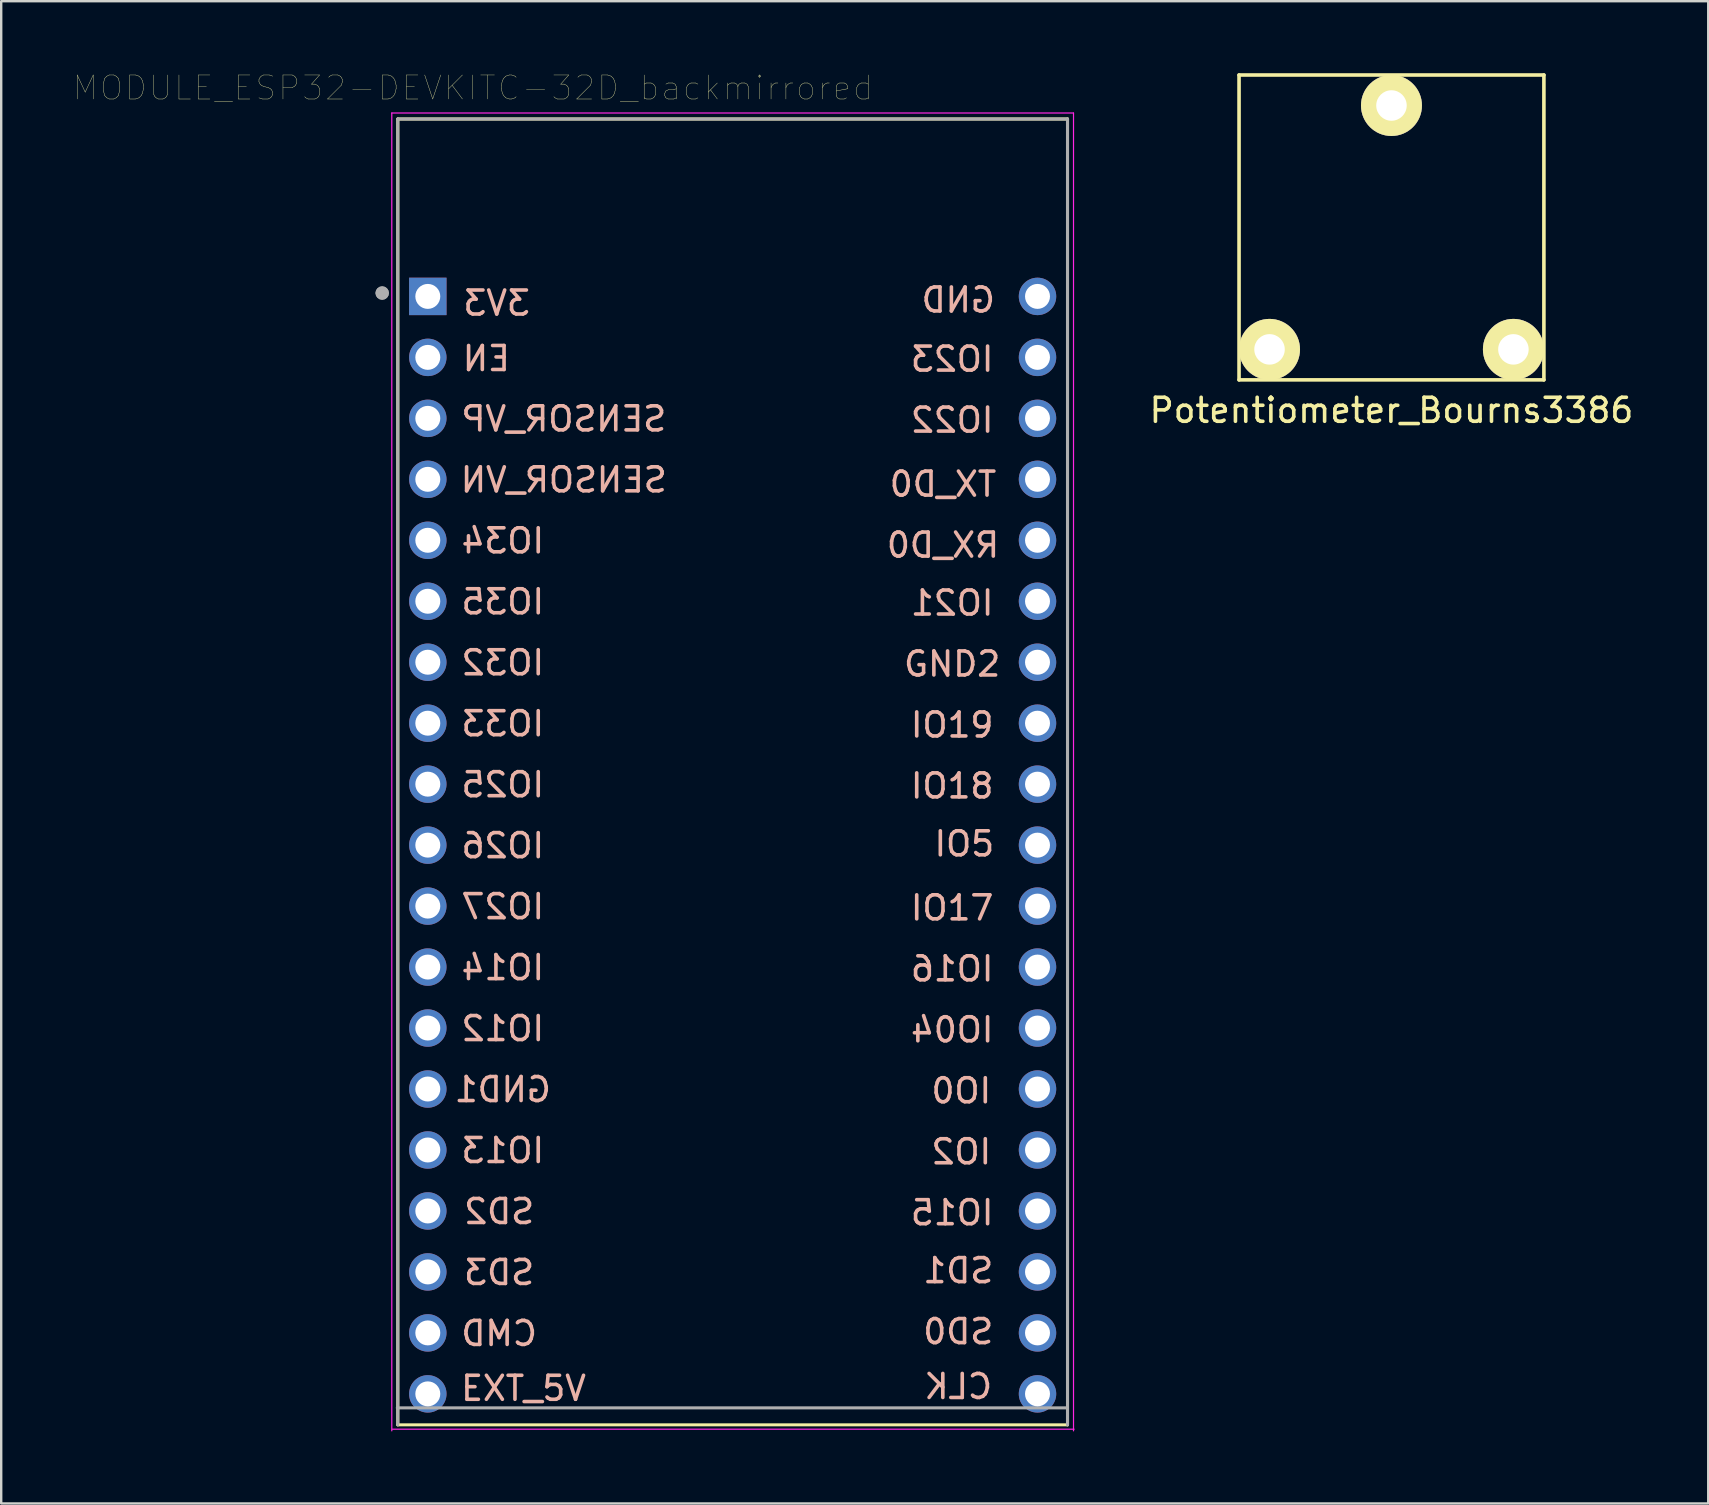
<source format=kicad_pcb>
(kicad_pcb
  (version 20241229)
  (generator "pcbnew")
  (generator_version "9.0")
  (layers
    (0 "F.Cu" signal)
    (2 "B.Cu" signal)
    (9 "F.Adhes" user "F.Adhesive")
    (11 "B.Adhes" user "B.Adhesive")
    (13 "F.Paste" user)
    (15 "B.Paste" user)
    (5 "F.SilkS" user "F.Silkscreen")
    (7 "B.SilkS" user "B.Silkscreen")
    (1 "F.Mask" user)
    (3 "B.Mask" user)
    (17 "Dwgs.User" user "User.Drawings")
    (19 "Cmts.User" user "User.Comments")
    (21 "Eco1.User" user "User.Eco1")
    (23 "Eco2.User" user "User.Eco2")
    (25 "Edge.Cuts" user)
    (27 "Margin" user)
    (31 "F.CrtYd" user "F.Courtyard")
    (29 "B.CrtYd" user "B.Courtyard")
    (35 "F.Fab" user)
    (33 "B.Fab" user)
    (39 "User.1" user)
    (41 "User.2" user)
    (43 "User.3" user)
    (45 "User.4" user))
  (footprint "Potentiometer_Bourns3386"
    (layer "F.Cu")
    (at 54.918 11.505)
    (property "Reference" "Potentiometer_Bourns3386" (at 0 2.54 0) (layer "F.SilkS") (effects (font (size 1 1) (thickness 0.15))))
    (attr through_hole)
    (fp_line (start -6.35 -11.43) (end 6.35 -11.43) (stroke (width 0.15) (type solid)) (layer "F.SilkS"))
    (fp_line (start -6.35 1.27) (end -6.35 -11.43) (stroke (width 0.15) (type solid)) (layer "F.SilkS"))
    (fp_line (start 6.35 -11.43) (end 6.35 1.27) (stroke (width 0.15) (type solid)) (layer "F.SilkS"))
    (fp_line (start 6.35 1.27) (end -6.35 1.27) (stroke (width 0.15) (type solid)) (layer "F.SilkS"))
    (pad "1" thru_hole circle (at 5.08 0) (size 2.54 2.54) (drill 1.27) (layers "*.Cu" "*.Mask" "F.SilkS"))
    (pad "2" thru_hole circle (at -5.08 0) (size 2.54 2.54) (drill 1.27) (layers "*.Cu" "*.Mask" "F.SilkS"))
    (pad "3" thru_hole circle (at 0 -10.16) (size 2.54 2.54) (drill 1.27) (layers "*.Cu" "*.Mask" "F.SilkS")))
  (footprint "MODULE_ESP32-DEVKITC-32D_backmirrored"
    (layer "F.Cu")
    (at 27.472 29.058)
    (property "Reference" "MODULE_ESP32-DEVKITC-32D_backmirrored" (at -10.829 -28.446 0) (layer "F.SilkS") (effects (font (size 1 1) (thickness 0.015))))
    (attr through_hole)
    (fp_line (start -13.95 -27.15) (end 13.95 -27.15) (stroke (width 0.127) (type solid)) (layer "F.SilkS"))
    (fp_line (start -13.95 27.25) (end -13.95 -27.15) (stroke (width 0.127) (type solid)) (layer "F.SilkS"))
    (fp_line (start 13.95 -27.15) (end 13.95 27.25) (stroke (width 0.127) (type solid)) (layer "F.SilkS"))
    (fp_line (start 13.95 27.25) (end -13.95 27.25) (stroke (width 0.127) (type solid)) (layer "F.SilkS"))
    (fp_line (start -14.2 -27.4) (end 14.2 -27.4) (stroke (width 0.05) (type solid)) (layer "F.CrtYd"))
    (fp_line (start -14.2 27.5) (end -14.2 -27.4) (stroke (width 0.05) (type solid)) (layer "F.CrtYd"))
    (fp_line (start 14.2 -27.4) (end 14.2 27.5) (stroke (width 0.05) (type solid)) (layer "F.CrtYd"))
    (fp_line (start 14.224 27.432) (end -14.176 27.432) (stroke (width 0.05) (type solid)) (layer "F.CrtYd"))
    (fp_line (start -13.95 -27.15) (end 13.95 -27.15) (stroke (width 0.127) (type solid)) (layer "F.Fab"))
    (fp_line (start -13.95 27.25) (end -13.95 -27.15) (stroke (width 0.127) (type solid)) (layer "F.Fab"))
    (fp_line (start 13.93 26.543) (end -13.97 26.543) (stroke (width 0.127) (type solid)) (layer "F.Fab"))
    (fp_line (start 13.95 -27.15) (end 13.95 27.25) (stroke (width 0.127) (type solid)) (layer "F.Fab"))
    (fp_circle (center -14.6 -19.9) (end -14.46 -19.9) (stroke (width 0.28) (type solid)) (fill no) (layer "F.Fab"))
    (fp_circle (center -14.6 -19.9) (end -14.46 -19.9) (stroke (width 0.28) (type solid)) (fill no) (layer "F.Fab"))
    (fp_text user "IO21" (at 9.144 -6.985 0) (layer "B.SilkS") (effects (font (size 1 1) (thickness 0.15)) (justify mirror)))
    (fp_text user "IO26" (at -9.576 3.124 0) (layer "B.SilkS") (effects (font (size 1 1) (thickness 0.15)) (justify mirror)))
    (fp_text user "GND1" (at -9.576 13.284 0) (layer "B.SilkS") (effects (font (size 1 1) (thickness 0.15)) (justify mirror)))
    (fp_text user "IO16" (at 9.144 8.255 0) (layer "B.SilkS") (effects (font (size 1 1) (thickness 0.15)) (justify mirror)))
    (fp_text user "SD0" (at 9.398 23.368 0) (layer "B.SilkS") (effects (font (size 1 1) (thickness 0.15)) (justify mirror)))
    (fp_text user "SENSOR_VN" (at -7.036 -12.116 0) (layer "B.SilkS") (effects (font (size 1 1) (thickness 0.15)) (justify mirror)))
    (fp_text user "3V3" (at -9.83 -19.482 0) (layer "B.SilkS") (effects (font (size 1 1) (thickness 0.15)) (justify mirror)))
    (fp_text user "IO33" (at -9.576 -1.956 0) (layer "B.SilkS") (effects (font (size 1 1) (thickness 0.15)) (justify mirror)))
    (fp_text user "IO13" (at -9.576 15.824 0) (layer "B.SilkS") (effects (font (size 1 1) (thickness 0.15)) (justify mirror)))
    (fp_text user "SD3" (at -9.728 20.904 0) (layer "B.SilkS") (effects (font (size 1 1) (thickness 0.15)) (justify mirror)))
    (fp_text user "IO0" (at 9.525 13.335 0) (layer "B.SilkS") (effects (font (size 1 1) (thickness 0.15)) (justify mirror)))
    (fp_text user "IO23" (at 9.144 -17.145 0) (layer "B.SilkS") (effects (font (size 1 1) (thickness 0.15)) (justify mirror)))
    (fp_text user "TX_D0" (at 8.763 -11.938 0) (layer "B.SilkS") (effects (font (size 1 1) (thickness 0.15)) (justify mirror)))
    (fp_text user "IO15" (at 9.144 18.415 0) (layer "B.SilkS") (effects (font (size 1 1) (thickness 0.15)) (justify mirror)))
    (fp_text user "IO32" (at -9.576 -4.496 0) (layer "B.SilkS") (effects (font (size 1 1) (thickness 0.15)) (justify mirror)))
    (fp_text user "IO22" (at 9.144 -14.605 0) (layer "B.SilkS") (effects (font (size 1 1) (thickness 0.15)) (justify mirror)))
    (fp_text user "GND2" (at 9.144 -4.445 0) (layer "B.SilkS") (effects (font (size 1 1) (thickness 0.15))))
    (fp_text user "IO18" (at 9.144 0.635 0) (layer "B.SilkS") (effects (font (size 1 1) (thickness 0.15))))
    (fp_text user "IO2" (at 9.525 15.875 0) (layer "B.SilkS") (effects (font (size 1 1) (thickness 0.15)) (justify mirror)))
    (fp_text user "RX_D0" (at 8.763 -9.398 0) (layer "B.SilkS") (effects (font (size 1 1) (thickness 0.15)) (justify mirror)))
    (fp_text user "SD1" (at 9.398 20.828 0) (layer "B.SilkS") (effects (font (size 1 1) (thickness 0.15)) (justify mirror)))
    (fp_text user "CMD" (at -9.728 23.444 0) (layer "B.SilkS") (effects (font (size 1 1) (thickness 0.15)) (justify mirror)))
    (fp_text user "GND" (at 9.398 -19.609 0) (layer "B.SilkS") (effects (font (size 1 1) (thickness 0.15)) (justify mirror)))
    (fp_text user "IO14" (at -9.576 8.204 0) (layer "B.SilkS") (effects (font (size 1 1) (thickness 0.15)) (justify mirror)))
    (fp_text user "IO12" (at -9.576 10.744 0) (layer "B.SilkS") (effects (font (size 1 1) (thickness 0.15)) (justify mirror)))
    (fp_text user "IO17" (at 9.144 5.715 0) (layer "B.SilkS") (effects (font (size 1 1) (thickness 0.15))))
    (fp_text user "EN" (at -10.262 -17.17 0) (layer "B.SilkS") (effects (font (size 1 1) (thickness 0.15)) (justify mirror)))
    (fp_text user "IO35" (at -9.576 -7.036 0) (layer "B.SilkS") (effects (font (size 1 1) (thickness 0.15)) (justify mirror)))
    (fp_text user "EXT_5V" (at -8.712 25.73 0) (layer "B.SilkS") (effects (font (size 1 1) (thickness 0.15))))
    (fp_text user "SD2" (at -9.728 18.364 0) (layer "B.SilkS") (effects (font (size 1 1) (thickness 0.15)) (justify mirror)))
    (fp_text user "IO27" (at -9.576 5.664 0) (layer "B.SilkS") (effects (font (size 1 1) (thickness 0.15)) (justify mirror)))
    (fp_text user "IO34" (at -9.576 -9.576 0) (layer "B.SilkS") (effects (font (size 1 1) (thickness 0.15)) (justify mirror)))
    (fp_text user "IO5" (at 9.652 3.048 0) (layer "B.SilkS") (effects (font (size 1 1) (thickness 0.15))))
    (fp_text user "CLK" (at 9.398 25.654 0) (layer "B.SilkS") (effects (font (size 1 1) (thickness 0.15)) (justify mirror)))
    (fp_text user "SENSOR_VP" (at -7.036 -14.656 0) (layer "B.SilkS") (effects (font (size 1 1) (thickness 0.15)) (justify mirror)))
    (fp_text user "IO19" (at 9.144 -1.905 0) (layer "B.SilkS") (effects (font (size 1 1) (thickness 0.15))))
    (fp_text user "IO04" (at 9.144 10.795 0) (layer "B.SilkS") (effects (font (size 1 1) (thickness 0.15)) (justify mirror)))
    (fp_text user "IO25" (at -9.576 0.584 0) (layer "B.SilkS") (effects (font (size 1 1) (thickness 0.15)) (justify mirror)))
    (pad "1" thru_hole rect (at -12.7 -19.76) (size 1.56 1.56) (drill 1.04) (layers "*.Cu" "*.Mask"))
    (pad "2" thru_hole circle (at -12.7 -17.22) (size 1.56 1.56) (drill 1.04) (layers "*.Cu" "*.Mask"))
    (pad "3" thru_hole circle (at -12.7 -14.68) (size 1.56 1.56) (drill 1.04) (layers "*.Cu" "*.Mask"))
    (pad "4" thru_hole circle (at -12.7 -12.14) (size 1.56 1.56) (drill 1.04) (layers "*.Cu" "*.Mask"))
    (pad "5" thru_hole circle (at -12.7 -9.6) (size 1.56 1.56) (drill 1.04) (layers "*.Cu" "*.Mask"))
    (pad "6" thru_hole circle (at -12.7 -7.06) (size 1.56 1.56) (drill 1.04) (layers "*.Cu" "*.Mask"))
    (pad "7" thru_hole circle (at -12.7 -4.52) (size 1.56 1.56) (drill 1.04) (layers "*.Cu" "*.Mask"))
    (pad "8" thru_hole circle (at -12.7 -1.98) (size 1.56 1.56) (drill 1.04) (layers "*.Cu" "*.Mask"))
    (pad "9" thru_hole circle (at -12.7 0.56) (size 1.56 1.56) (drill 1.04) (layers "*.Cu" "*.Mask"))
    (pad "10" thru_hole circle (at -12.7 3.1) (size 1.56 1.56) (drill 1.04) (layers "*.Cu" "*.Mask"))
    (pad "11" thru_hole circle (at -12.7 5.64) (size 1.56 1.56) (drill 1.04) (layers "*.Cu" "*.Mask"))
    (pad "12" thru_hole circle (at -12.7 8.18) (size 1.56 1.56) (drill 1.04) (layers "*.Cu" "*.Mask"))
    (pad "13" thru_hole circle (at -12.7 10.72) (size 1.56 1.56) (drill 1.04) (layers "*.Cu" "*.Mask"))
    (pad "14" thru_hole circle (at -12.7 13.26) (size 1.56 1.56) (drill 1.04) (layers "*.Cu" "*.Mask"))
    (pad "15" thru_hole circle (at -12.7 15.8) (size 1.56 1.56) (drill 1.04) (layers "*.Cu" "*.Mask"))
    (pad "16" thru_hole circle (at -12.7 18.34) (size 1.56 1.56) (drill 1.04) (layers "*.Cu" "*.Mask"))
    (pad "17" thru_hole circle (at -12.7 20.88) (size 1.56 1.56) (drill 1.04) (layers "*.Cu" "*.Mask"))
    (pad "18" thru_hole circle (at -12.7 23.42) (size 1.56 1.56) (drill 1.04) (layers "*.Cu" "*.Mask"))
    (pad "19" thru_hole circle (at -12.7 25.96) (size 1.56 1.56) (drill 1.04) (layers "*.Cu" "*.Mask"))
    (pad "20" thru_hole circle (at 12.7 -19.76) (size 1.56 1.56) (drill 1.04) (layers "*.Cu" "*.Mask"))
    (pad "21" thru_hole circle (at 12.7 -17.22) (size 1.56 1.56) (drill 1.04) (layers "*.Cu" "*.Mask"))
    (pad "22" thru_hole circle (at 12.7 -14.68) (size 1.56 1.56) (drill 1.04) (layers "*.Cu" "*.Mask"))
    (pad "23" thru_hole circle (at 12.7 -12.14) (size 1.56 1.56) (drill 1.04) (layers "*.Cu" "*.Mask"))
    (pad "24" thru_hole circle (at 12.7 -9.6) (size 1.56 1.56) (drill 1.04) (layers "*.Cu" "*.Mask"))
    (pad "25" thru_hole circle (at 12.7 -7.06) (size 1.56 1.56) (drill 1.04) (layers "*.Cu" "*.Mask"))
    (pad "26" thru_hole circle (at 12.7 -4.52) (size 1.56 1.56) (drill 1.04) (layers "*.Cu" "*.Mask"))
    (pad "27" thru_hole circle (at 12.7 -1.98) (size 1.56 1.56) (drill 1.04) (layers "*.Cu" "*.Mask"))
    (pad "28" thru_hole circle (at 12.7 0.56) (size 1.56 1.56) (drill 1.04) (layers "*.Cu" "*.Mask"))
    (pad "29" thru_hole circle (at 12.7 3.1) (size 1.56 1.56) (drill 1.04) (layers "*.Cu" "*.Mask"))
    (pad "30" thru_hole circle (at 12.7 5.64) (size 1.56 1.56) (drill 1.04) (layers "*.Cu" "*.Mask"))
    (pad "31" thru_hole circle (at 12.7 8.18) (size 1.56 1.56) (drill 1.04) (layers "*.Cu" "*.Mask"))
    (pad "32" thru_hole circle (at 12.7 10.72) (size 1.56 1.56) (drill 1.04) (layers "*.Cu" "*.Mask"))
    (pad "33" thru_hole circle (at 12.7 13.26) (size 1.56 1.56) (drill 1.04) (layers "*.Cu" "*.Mask"))
    (pad "34" thru_hole circle (at 12.7 15.8) (size 1.56 1.56) (drill 1.04) (layers "*.Cu" "*.Mask"))
    (pad "35" thru_hole circle (at 12.7 18.34) (size 1.56 1.56) (drill 1.04) (layers "*.Cu" "*.Mask"))
    (pad "36" thru_hole circle (at 12.7 20.88) (size 1.56 1.56) (drill 1.04) (layers "*.Cu" "*.Mask"))
    (pad "37" thru_hole circle (at 12.7 23.42) (size 1.56 1.56) (drill 1.04) (layers "*.Cu" "*.Mask"))
    (pad "38" thru_hole circle (at 12.7 25.96) (size 1.56 1.56) (drill 1.04) (layers "*.Cu" "*.Mask")))
  (gr_rect
    (start -3 -3)
    (end 68.114 59.583)
    (stroke (width 0.1) (type default))
    (fill no)
    (layer "Edge.Cuts")))
</source>
